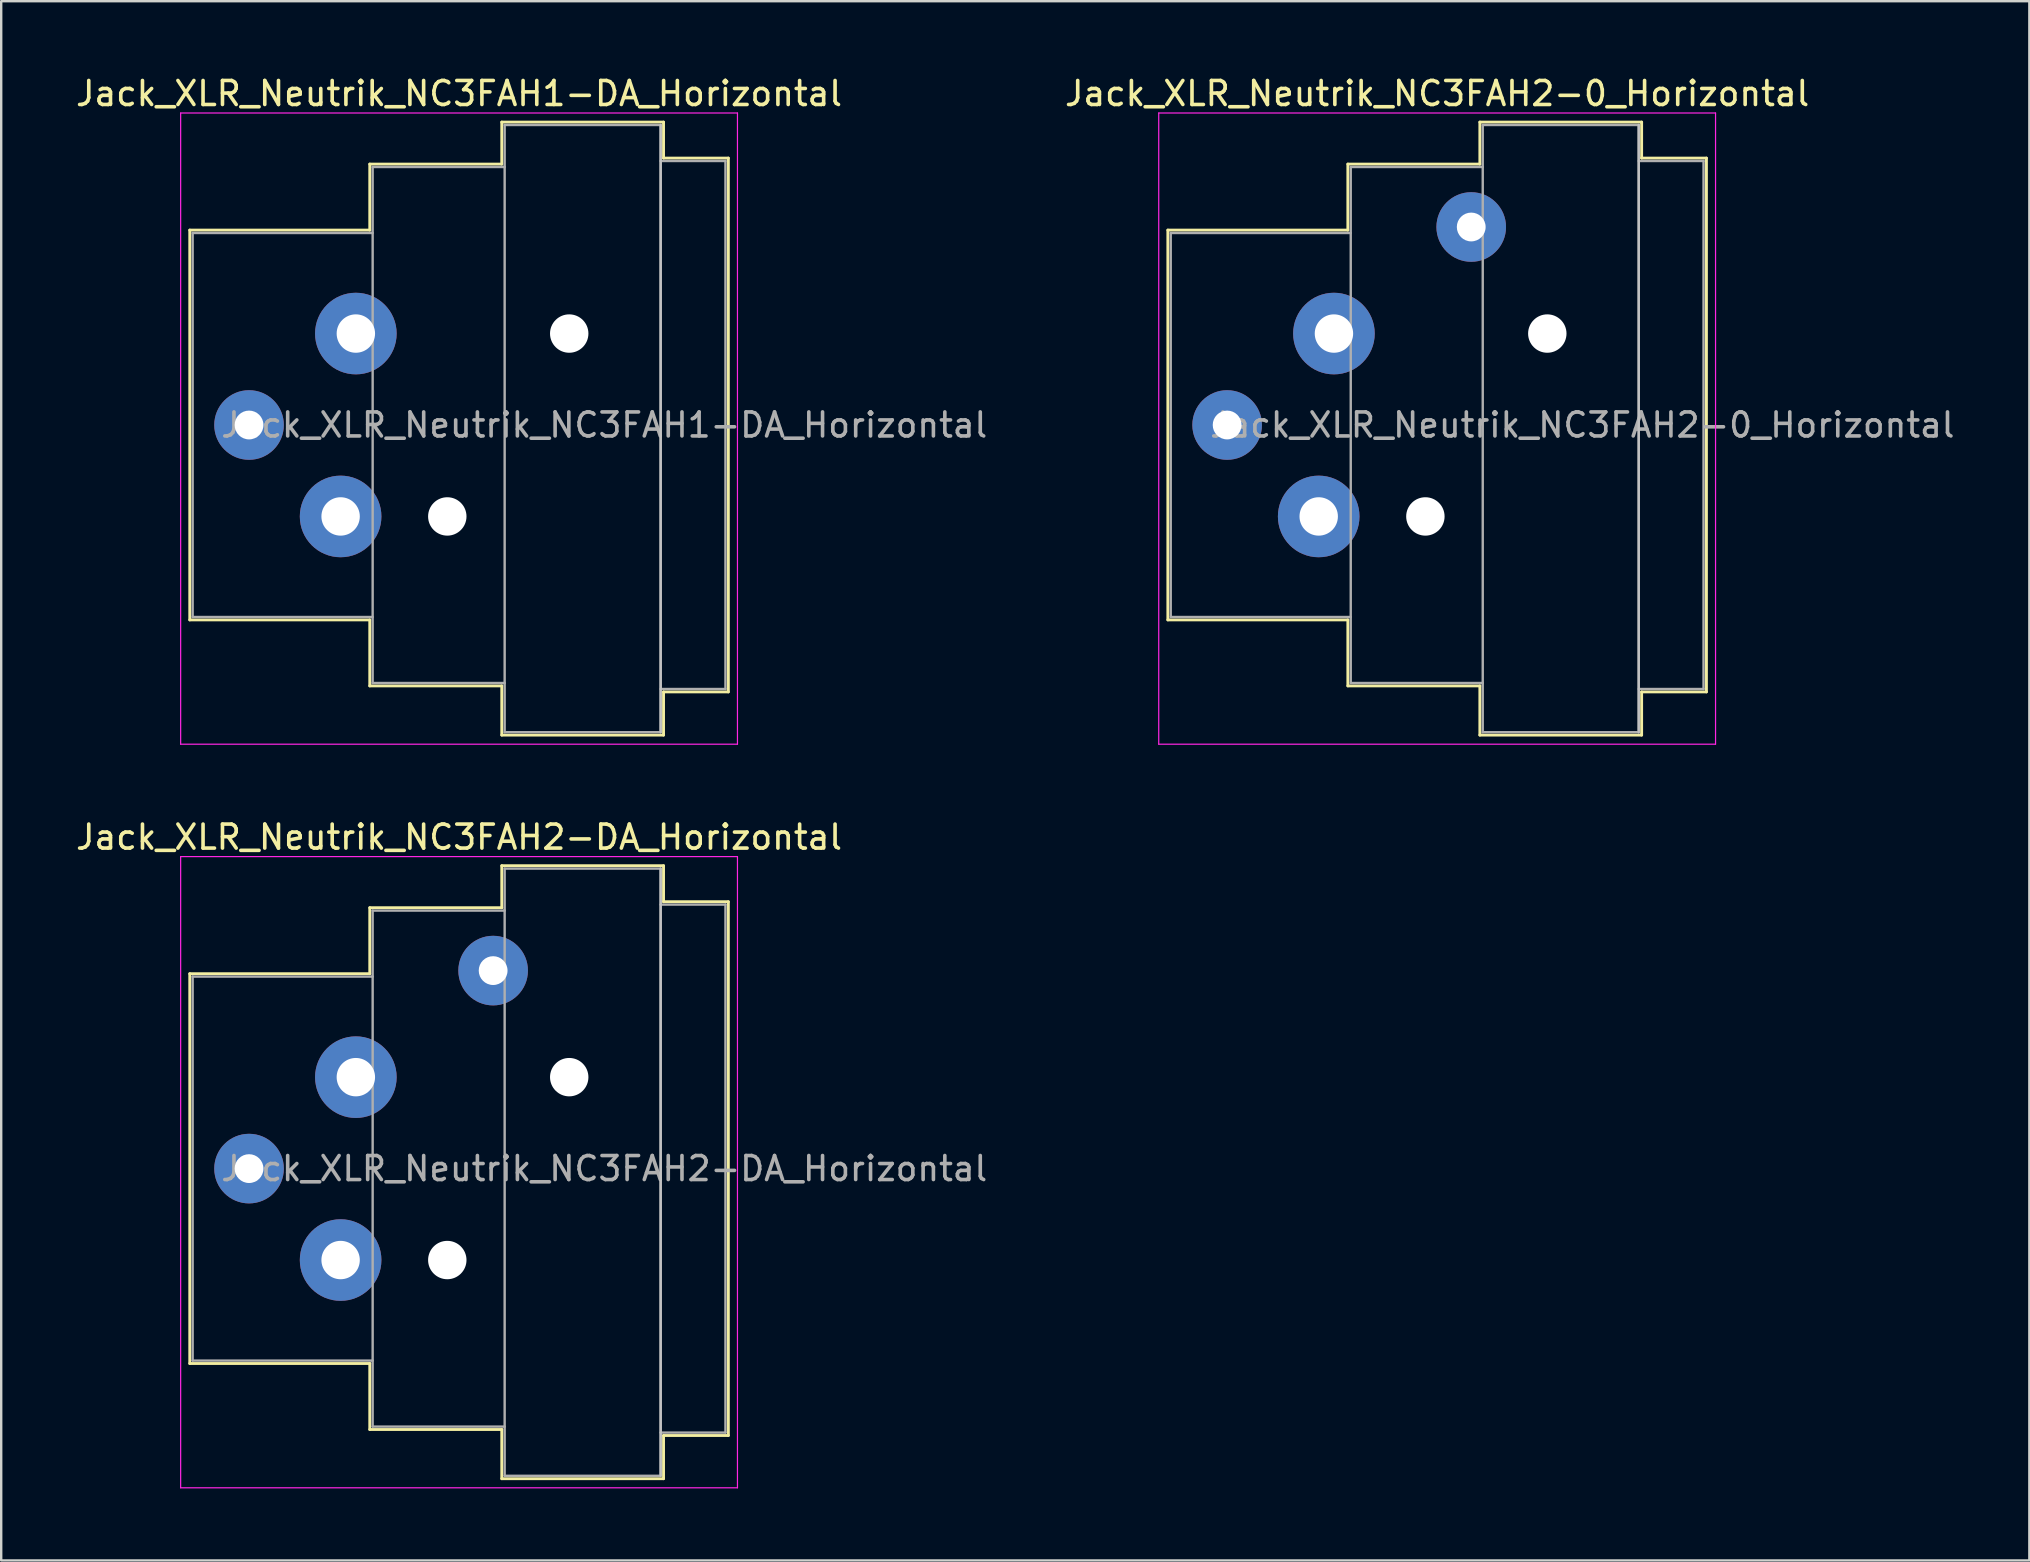
<source format=kicad_pcb>
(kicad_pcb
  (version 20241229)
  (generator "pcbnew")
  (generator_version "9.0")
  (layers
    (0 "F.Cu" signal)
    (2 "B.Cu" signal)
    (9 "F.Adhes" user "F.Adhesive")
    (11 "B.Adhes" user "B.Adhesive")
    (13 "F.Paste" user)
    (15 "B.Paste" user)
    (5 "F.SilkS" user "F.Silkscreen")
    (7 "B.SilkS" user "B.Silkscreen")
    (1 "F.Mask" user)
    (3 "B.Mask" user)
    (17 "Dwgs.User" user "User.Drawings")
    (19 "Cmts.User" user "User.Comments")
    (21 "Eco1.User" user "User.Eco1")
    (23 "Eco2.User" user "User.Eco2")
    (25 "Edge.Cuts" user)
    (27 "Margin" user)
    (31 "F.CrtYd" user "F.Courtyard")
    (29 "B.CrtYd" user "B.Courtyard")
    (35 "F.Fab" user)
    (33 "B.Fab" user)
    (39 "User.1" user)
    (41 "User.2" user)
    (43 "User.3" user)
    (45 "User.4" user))
  (footprint "Jack_XLR_Neutrik_NC3FAH1-DA_Horizontal"
    (layer "F.Cu")
    (at 11.777 10.848)
    (property "Reference" "Jack_XLR_Neutrik_NC3FAH1-DA_Horizontal" (at 4.3 -10 0) (layer "F.SilkS") (effects (font (size 1 1) (thickness 0.15))))
    (attr through_hole)
    (fp_line (start -6.92 -4.31) (end -6.92 11.93) (stroke (width 0.12) (type solid)) (layer "F.SilkS"))
    (fp_line (start 0.58 -7.06) (end 0.58 -4.31) (stroke (width 0.12) (type solid)) (layer "F.SilkS"))
    (fp_line (start 0.58 -4.31) (end -6.92 -4.31) (stroke (width 0.12) (type solid)) (layer "F.SilkS"))
    (fp_line (start 0.58 11.93) (end -6.92 11.93) (stroke (width 0.12) (type solid)) (layer "F.SilkS"))
    (fp_line (start 0.58 11.93) (end 0.58 14.68) (stroke (width 0.12) (type solid)) (layer "F.SilkS"))
    (fp_line (start 6.08 -7.06) (end 0.58 -7.06) (stroke (width 0.12) (type solid)) (layer "F.SilkS"))
    (fp_line (start 6.08 -7.06) (end 6.08 -8.81) (stroke (width 0.12) (type solid)) (layer "F.SilkS"))
    (fp_line (start 6.08 14.68) (end 0.58 14.68) (stroke (width 0.12) (type solid)) (layer "F.SilkS"))
    (fp_line (start 6.08 16.73) (end 6.08 14.68) (stroke (width 0.12) (type solid)) (layer "F.SilkS"))
    (fp_line (start 12.82 -8.81) (end 6.08 -8.81) (stroke (width 0.12) (type solid)) (layer "F.SilkS"))
    (fp_line (start 12.82 -8.81) (end 12.82 -7.31) (stroke (width 0.12) (type solid)) (layer "F.SilkS"))
    (fp_line (start 12.82 -7.31) (end 15.52 -7.31) (stroke (width 0.12) (type solid)) (layer "F.SilkS"))
    (fp_line (start 12.82 14.93) (end 12.82 16.73) (stroke (width 0.12) (type solid)) (layer "F.SilkS"))
    (fp_line (start 12.82 14.93) (end 15.52 14.93) (stroke (width 0.12) (type solid)) (layer "F.SilkS"))
    (fp_line (start 12.82 16.73) (end 6.08 16.73) (stroke (width 0.12) (type solid)) (layer "F.SilkS"))
    (fp_line (start 15.52 -7.31) (end 15.52 14.93) (stroke (width 0.12) (type solid)) (layer "F.SilkS"))
    (fp_line (start 12.7 -8.69) (end 12.7 16.61) (stroke (width 0.1) (type solid)) (layer "Dwgs.User"))
    (fp_line (start -7.3 -9.19) (end -7.3 17.11) (stroke (width 0.05) (type solid)) (layer "F.CrtYd"))
    (fp_line (start 15.9 -9.19) (end -7.3 -9.19) (stroke (width 0.05) (type solid)) (layer "F.CrtYd"))
    (fp_line (start 15.9 -9.19) (end 15.9 17.11) (stroke (width 0.05) (type solid)) (layer "F.CrtYd"))
    (fp_line (start 15.9 17.11) (end -7.3 17.11) (stroke (width 0.05) (type solid)) (layer "F.CrtYd"))
    (fp_line (start -6.8 -4.19) (end -6.8 11.81) (stroke (width 0.1) (type solid)) (layer "F.Fab"))
    (fp_line (start -6.8 11.81) (end 0.7 11.81) (stroke (width 0.1) (type solid)) (layer "F.Fab"))
    (fp_line (start 0.7 -6.94) (end 0.7 14.56) (stroke (width 0.1) (type solid)) (layer "F.Fab"))
    (fp_line (start 0.7 -4.19) (end -6.8 -4.19) (stroke (width 0.1) (type solid)) (layer "F.Fab"))
    (fp_line (start 0.7 14.56) (end 6.2 14.56) (stroke (width 0.1) (type solid)) (layer "F.Fab"))
    (fp_line (start 6.2 -8.69) (end 12.7 -8.69) (stroke (width 0.1) (type solid)) (layer "F.Fab"))
    (fp_line (start 6.2 -6.94) (end 0.7 -6.94) (stroke (width 0.1) (type solid)) (layer "F.Fab"))
    (fp_line (start 6.2 16.61) (end 6.2 -8.69) (stroke (width 0.1) (type solid)) (layer "F.Fab"))
    (fp_line (start 12.7 -8.69) (end 12.7 16.61) (stroke (width 0.1) (type solid)) (layer "F.Fab"))
    (fp_line (start 12.7 -7.19) (end 15.4 -7.19) (stroke (width 0.1) (type solid)) (layer "F.Fab"))
    (fp_line (start 12.7 16.61) (end 6.2 16.61) (stroke (width 0.1) (type solid)) (layer "F.Fab"))
    (fp_line (start 15.4 -7.19) (end 15.4 14.81) (stroke (width 0.1) (type solid)) (layer "F.Fab"))
    (fp_line (start 15.4 14.81) (end 12.7 14.81) (stroke (width 0.1) (type solid)) (layer "F.Fab"))
    (fp_text user "${REFERENCE}" (at 10.35 3.81 0) (layer "F.Fab") (effects (font (size 1 1) (thickness 0.15))))
    (pad "" np_thru_hole circle (at 3.81 7.62) (size 1.6 1.6) (drill 1.6) (layers "*.Cu" "*.Mask"))
    (pad "" np_thru_hole circle (at 8.89 0) (size 1.6 1.6) (drill 1.6) (layers "*.Cu" "*.Mask"))
    (pad "1" thru_hole circle (at 0 0) (size 3.4 3.4) (drill 1.6) (layers "*.Cu" "*.Mask"))
    (pad "2" thru_hole circle (at -0.635 7.62) (size 3.4 3.4) (drill 1.6) (layers "*.Cu" "*.Mask"))
    (pad "3" thru_hole circle (at -4.45 3.81) (size 2.9 2.9) (drill 1.2) (layers "*.Cu" "*.Mask")))
  (footprint "Jack_XLR_Neutrik_NC3FAH2-0_Horizontal"
    (layer "F.Cu")
    (at 52.53 10.848)
    (property "Reference" "Jack_XLR_Neutrik_NC3FAH2-0_Horizontal" (at 4.3 -10 0) (layer "F.SilkS") (effects (font (size 1 1) (thickness 0.15))))
    (attr through_hole)
    (fp_line (start -6.92 -4.31) (end -6.92 11.93) (stroke (width 0.12) (type solid)) (layer "F.SilkS"))
    (fp_line (start 0.58 -7.06) (end 0.58 -4.31) (stroke (width 0.12) (type solid)) (layer "F.SilkS"))
    (fp_line (start 0.58 -4.31) (end -6.92 -4.31) (stroke (width 0.12) (type solid)) (layer "F.SilkS"))
    (fp_line (start 0.58 11.93) (end -6.92 11.93) (stroke (width 0.12) (type solid)) (layer "F.SilkS"))
    (fp_line (start 0.58 11.93) (end 0.58 14.68) (stroke (width 0.12) (type solid)) (layer "F.SilkS"))
    (fp_line (start 6.08 -7.06) (end 0.58 -7.06) (stroke (width 0.12) (type solid)) (layer "F.SilkS"))
    (fp_line (start 6.08 -7.06) (end 6.08 -8.81) (stroke (width 0.12) (type solid)) (layer "F.SilkS"))
    (fp_line (start 6.08 14.68) (end 0.58 14.68) (stroke (width 0.12) (type solid)) (layer "F.SilkS"))
    (fp_line (start 6.08 16.73) (end 6.08 14.68) (stroke (width 0.12) (type solid)) (layer "F.SilkS"))
    (fp_line (start 12.82 -8.81) (end 6.08 -8.81) (stroke (width 0.12) (type solid)) (layer "F.SilkS"))
    (fp_line (start 12.82 -8.81) (end 12.82 -7.31) (stroke (width 0.12) (type solid)) (layer "F.SilkS"))
    (fp_line (start 12.82 -7.31) (end 15.52 -7.31) (stroke (width 0.12) (type solid)) (layer "F.SilkS"))
    (fp_line (start 12.82 14.93) (end 12.82 16.73) (stroke (width 0.12) (type solid)) (layer "F.SilkS"))
    (fp_line (start 12.82 14.93) (end 15.52 14.93) (stroke (width 0.12) (type solid)) (layer "F.SilkS"))
    (fp_line (start 12.82 16.73) (end 6.08 16.73) (stroke (width 0.12) (type solid)) (layer "F.SilkS"))
    (fp_line (start 15.52 -7.31) (end 15.52 14.93) (stroke (width 0.12) (type solid)) (layer "F.SilkS"))
    (fp_line (start 12.7 -8.69) (end 12.7 16.61) (stroke (width 0.1) (type solid)) (layer "Dwgs.User"))
    (fp_line (start -7.3 -9.19) (end -7.3 17.11) (stroke (width 0.05) (type solid)) (layer "F.CrtYd"))
    (fp_line (start 15.9 -9.19) (end -7.3 -9.19) (stroke (width 0.05) (type solid)) (layer "F.CrtYd"))
    (fp_line (start 15.9 -9.19) (end 15.9 17.11) (stroke (width 0.05) (type solid)) (layer "F.CrtYd"))
    (fp_line (start 15.9 17.11) (end -7.3 17.11) (stroke (width 0.05) (type solid)) (layer "F.CrtYd"))
    (fp_line (start -6.8 -4.19) (end -6.8 11.81) (stroke (width 0.1) (type solid)) (layer "F.Fab"))
    (fp_line (start -6.8 11.81) (end 0.7 11.81) (stroke (width 0.1) (type solid)) (layer "F.Fab"))
    (fp_line (start 0.7 -6.94) (end 0.7 14.56) (stroke (width 0.1) (type solid)) (layer "F.Fab"))
    (fp_line (start 0.7 -4.19) (end -6.8 -4.19) (stroke (width 0.1) (type solid)) (layer "F.Fab"))
    (fp_line (start 0.7 14.56) (end 6.2 14.56) (stroke (width 0.1) (type solid)) (layer "F.Fab"))
    (fp_line (start 6.2 -8.69) (end 12.7 -8.69) (stroke (width 0.1) (type solid)) (layer "F.Fab"))
    (fp_line (start 6.2 -6.94) (end 0.7 -6.94) (stroke (width 0.1) (type solid)) (layer "F.Fab"))
    (fp_line (start 6.2 16.61) (end 6.2 -8.69) (stroke (width 0.1) (type solid)) (layer "F.Fab"))
    (fp_line (start 12.7 -8.69) (end 12.7 16.61) (stroke (width 0.1) (type solid)) (layer "F.Fab"))
    (fp_line (start 12.7 -7.19) (end 15.4 -7.19) (stroke (width 0.1) (type solid)) (layer "F.Fab"))
    (fp_line (start 12.7 16.61) (end 6.2 16.61) (stroke (width 0.1) (type solid)) (layer "F.Fab"))
    (fp_line (start 15.4 -7.19) (end 15.4 14.81) (stroke (width 0.1) (type solid)) (layer "F.Fab"))
    (fp_line (start 15.4 14.81) (end 12.7 14.81) (stroke (width 0.1) (type solid)) (layer "F.Fab"))
    (fp_text user "${REFERENCE}" (at 10.35 3.81 0) (layer "F.Fab") (effects (font (size 1 1) (thickness 0.15))))
    (pad "" np_thru_hole circle (at 3.81 7.62) (size 1.6 1.6) (drill 1.6) (layers "*.Cu" "*.Mask"))
    (pad "" np_thru_hole circle (at 8.89 0) (size 1.6 1.6) (drill 1.6) (layers "*.Cu" "*.Mask"))
    (pad "1" thru_hole circle (at 0 0) (size 3.4 3.4) (drill 1.6) (layers "*.Cu" "*.Mask"))
    (pad "2" thru_hole circle (at -0.635 7.62) (size 3.4 3.4) (drill 1.6) (layers "*.Cu" "*.Mask"))
    (pad "3" thru_hole circle (at -4.45 3.81) (size 2.9 2.9) (drill 1.2) (layers "*.Cu" "*.Mask"))
    (pad "G" thru_hole circle (at 5.72 -4.44) (size 2.9 2.9) (drill 1.2) (layers "*.Cu" "*.Mask")))
  (footprint "Jack_XLR_Neutrik_NC3FAH2-DA_Horizontal"
    (layer "F.Cu")
    (at 11.777 41.831)
    (property "Reference" "Jack_XLR_Neutrik_NC3FAH2-DA_Horizontal" (at 4.3 -10 0) (layer "F.SilkS") (effects (font (size 1 1) (thickness 0.15))))
    (attr through_hole)
    (fp_line (start -6.92 -4.31) (end -6.92 11.93) (stroke (width 0.12) (type solid)) (layer "F.SilkS"))
    (fp_line (start 0.58 -7.06) (end 0.58 -4.31) (stroke (width 0.12) (type solid)) (layer "F.SilkS"))
    (fp_line (start 0.58 -4.31) (end -6.92 -4.31) (stroke (width 0.12) (type solid)) (layer "F.SilkS"))
    (fp_line (start 0.58 11.93) (end -6.92 11.93) (stroke (width 0.12) (type solid)) (layer "F.SilkS"))
    (fp_line (start 0.58 11.93) (end 0.58 14.68) (stroke (width 0.12) (type solid)) (layer "F.SilkS"))
    (fp_line (start 6.08 -7.06) (end 0.58 -7.06) (stroke (width 0.12) (type solid)) (layer "F.SilkS"))
    (fp_line (start 6.08 -7.06) (end 6.08 -8.81) (stroke (width 0.12) (type solid)) (layer "F.SilkS"))
    (fp_line (start 6.08 14.68) (end 0.58 14.68) (stroke (width 0.12) (type solid)) (layer "F.SilkS"))
    (fp_line (start 6.08 16.73) (end 6.08 14.68) (stroke (width 0.12) (type solid)) (layer "F.SilkS"))
    (fp_line (start 12.82 -8.81) (end 6.08 -8.81) (stroke (width 0.12) (type solid)) (layer "F.SilkS"))
    (fp_line (start 12.82 -8.81) (end 12.82 -7.31) (stroke (width 0.12) (type solid)) (layer "F.SilkS"))
    (fp_line (start 12.82 -7.31) (end 15.52 -7.31) (stroke (width 0.12) (type solid)) (layer "F.SilkS"))
    (fp_line (start 12.82 14.93) (end 12.82 16.73) (stroke (width 0.12) (type solid)) (layer "F.SilkS"))
    (fp_line (start 12.82 14.93) (end 15.52 14.93) (stroke (width 0.12) (type solid)) (layer "F.SilkS"))
    (fp_line (start 12.82 16.73) (end 6.08 16.73) (stroke (width 0.12) (type solid)) (layer "F.SilkS"))
    (fp_line (start 15.52 -7.31) (end 15.52 14.93) (stroke (width 0.12) (type solid)) (layer "F.SilkS"))
    (fp_line (start 12.7 -8.69) (end 12.7 16.61) (stroke (width 0.1) (type solid)) (layer "Dwgs.User"))
    (fp_line (start -7.3 -9.19) (end -7.3 17.11) (stroke (width 0.05) (type solid)) (layer "F.CrtYd"))
    (fp_line (start 15.9 -9.19) (end -7.3 -9.19) (stroke (width 0.05) (type solid)) (layer "F.CrtYd"))
    (fp_line (start 15.9 -9.19) (end 15.9 17.11) (stroke (width 0.05) (type solid)) (layer "F.CrtYd"))
    (fp_line (start 15.9 17.11) (end -7.3 17.11) (stroke (width 0.05) (type solid)) (layer "F.CrtYd"))
    (fp_line (start -6.8 -4.19) (end -6.8 11.81) (stroke (width 0.1) (type solid)) (layer "F.Fab"))
    (fp_line (start -6.8 11.81) (end 0.7 11.81) (stroke (width 0.1) (type solid)) (layer "F.Fab"))
    (fp_line (start 0.7 -6.94) (end 0.7 14.56) (stroke (width 0.1) (type solid)) (layer "F.Fab"))
    (fp_line (start 0.7 -4.19) (end -6.8 -4.19) (stroke (width 0.1) (type solid)) (layer "F.Fab"))
    (fp_line (start 0.7 14.56) (end 6.2 14.56) (stroke (width 0.1) (type solid)) (layer "F.Fab"))
    (fp_line (start 6.2 -8.69) (end 12.7 -8.69) (stroke (width 0.1) (type solid)) (layer "F.Fab"))
    (fp_line (start 6.2 -6.94) (end 0.7 -6.94) (stroke (width 0.1) (type solid)) (layer "F.Fab"))
    (fp_line (start 6.2 16.61) (end 6.2 -8.69) (stroke (width 0.1) (type solid)) (layer "F.Fab"))
    (fp_line (start 12.7 -8.69) (end 12.7 16.61) (stroke (width 0.1) (type solid)) (layer "F.Fab"))
    (fp_line (start 12.7 -7.19) (end 15.4 -7.19) (stroke (width 0.1) (type solid)) (layer "F.Fab"))
    (fp_line (start 12.7 16.61) (end 6.2 16.61) (stroke (width 0.1) (type solid)) (layer "F.Fab"))
    (fp_line (start 15.4 -7.19) (end 15.4 14.81) (stroke (width 0.1) (type solid)) (layer "F.Fab"))
    (fp_line (start 15.4 14.81) (end 12.7 14.81) (stroke (width 0.1) (type solid)) (layer "F.Fab"))
    (fp_text user "${REFERENCE}" (at 10.35 3.81 0) (layer "F.Fab") (effects (font (size 1 1) (thickness 0.15))))
    (pad "" np_thru_hole circle (at 3.81 7.62) (size 1.6 1.6) (drill 1.6) (layers "*.Cu" "*.Mask"))
    (pad "" np_thru_hole circle (at 8.89 0) (size 1.6 1.6) (drill 1.6) (layers "*.Cu" "*.Mask"))
    (pad "1" thru_hole circle (at 0 0) (size 3.4 3.4) (drill 1.6) (layers "*.Cu" "*.Mask"))
    (pad "2" thru_hole circle (at -0.635 7.62) (size 3.4 3.4) (drill 1.6) (layers "*.Cu" "*.Mask"))
    (pad "3" thru_hole circle (at -4.45 3.81) (size 2.9 2.9) (drill 1.2) (layers "*.Cu" "*.Mask"))
    (pad "G" thru_hole circle (at 5.72 -4.44) (size 2.9 2.9) (drill 1.2) (layers "*.Cu" "*.Mask")))
  (gr_rect
    (start -3 -3)
    (end 81.505 61.967)
    (stroke (width 0.1) (type default))
    (fill no)
    (layer "Edge.Cuts")))
</source>
